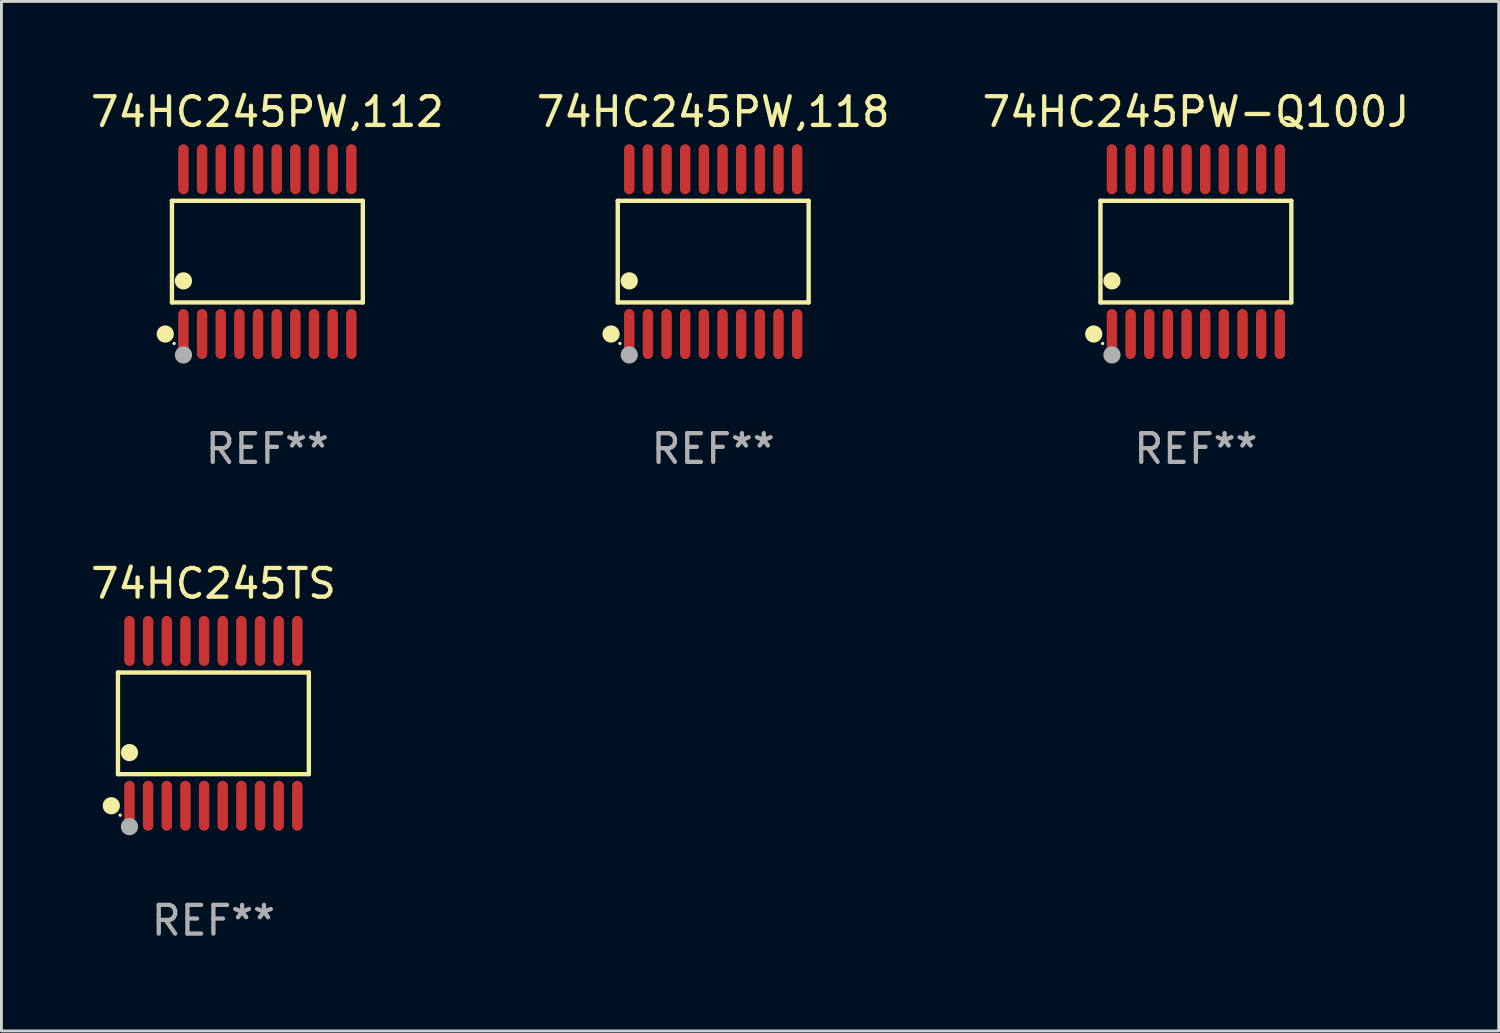
<source format=kicad_pcb>
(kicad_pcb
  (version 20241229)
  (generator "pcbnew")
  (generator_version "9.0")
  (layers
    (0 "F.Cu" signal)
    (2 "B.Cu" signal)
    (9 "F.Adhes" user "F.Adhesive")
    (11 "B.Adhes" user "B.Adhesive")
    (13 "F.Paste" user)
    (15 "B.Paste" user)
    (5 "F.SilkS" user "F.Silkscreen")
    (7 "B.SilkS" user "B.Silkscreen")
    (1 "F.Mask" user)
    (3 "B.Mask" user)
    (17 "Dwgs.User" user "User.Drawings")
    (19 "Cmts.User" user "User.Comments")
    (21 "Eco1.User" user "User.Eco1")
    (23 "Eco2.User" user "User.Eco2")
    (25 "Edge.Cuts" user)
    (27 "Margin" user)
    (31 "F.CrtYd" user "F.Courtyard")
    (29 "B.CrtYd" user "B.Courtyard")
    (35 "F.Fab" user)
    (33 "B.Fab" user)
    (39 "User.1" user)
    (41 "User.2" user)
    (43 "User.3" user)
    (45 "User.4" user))
  (footprint "74HC245PW,118"
    (layer "F.Cu")
    (at 21.804 5.719)
    (property "Reference" "74HC245PW,118" (at 0 -4.871 0) (layer "F.SilkS") (effects (font (size 1 1) (thickness 0.15))))
    (attr through_hole)
    (fp_line (start -3.326 -1.771) (end 3.326 -1.771) (stroke (width 0.152) (type solid)) (layer "F.SilkS"))
    (fp_line (start -3.326 1.771) (end -3.326 -1.771) (stroke (width 0.152) (type solid)) (layer "F.SilkS"))
    (fp_line (start 3.326 -1.771) (end 3.326 1.771) (stroke (width 0.152) (type solid)) (layer "F.SilkS"))
    (fp_line (start 3.326 1.771) (end -3.326 1.771) (stroke (width 0.152) (type solid)) (layer "F.SilkS"))
    (fp_circle (center -3.559 2.871) (end -3.409 2.871) (stroke (width 0.3) (type solid)) (fill no) (layer "F.SilkS"))
    (fp_circle (center -3.25 3.2) (end -3.22 3.2) (stroke (width 0.06) (type solid)) (fill no) (layer "F.SilkS"))
    (fp_circle (center -2.925 1.019) (end -2.775 1.019) (stroke (width 0.3) (type solid)) (fill no) (layer "F.SilkS"))
    (fp_circle (center -2.925 3.6) (end -2.775 3.6) (stroke (width 0.3) (type solid)) (fill no) (layer "F.Fab"))
    (fp_text user "REF**" (at 0 6.871 0) (layer "F.Fab") (effects (font (size 1 1) (thickness 0.15))))
    (pad "1" smd oval (at -2.925 2.871) (size 0.364 1.742) (layers "F.Cu" "F.Mask" "F.Paste"))
    (pad "2" smd oval (at -2.275 2.871) (size 0.364 1.742) (layers "F.Cu" "F.Mask" "F.Paste"))
    (pad "3" smd oval (at -1.625 2.871) (size 0.364 1.742) (layers "F.Cu" "F.Mask" "F.Paste"))
    (pad "4" smd oval (at -0.975 2.871) (size 0.364 1.742) (layers "F.Cu" "F.Mask" "F.Paste"))
    (pad "5" smd oval (at -0.325 2.871) (size 0.364 1.742) (layers "F.Cu" "F.Mask" "F.Paste"))
    (pad "6" smd oval (at 0.325 2.871) (size 0.364 1.742) (layers "F.Cu" "F.Mask" "F.Paste"))
    (pad "7" smd oval (at 0.975 2.871) (size 0.364 1.742) (layers "F.Cu" "F.Mask" "F.Paste"))
    (pad "8" smd oval (at 1.625 2.871) (size 0.364 1.742) (layers "F.Cu" "F.Mask" "F.Paste"))
    (pad "9" smd oval (at 2.275 2.871) (size 0.364 1.742) (layers "F.Cu" "F.Mask" "F.Paste"))
    (pad "10" smd oval (at 2.925 2.871) (size 0.364 1.742) (layers "F.Cu" "F.Mask" "F.Paste"))
    (pad "11" smd oval (at 2.925 -2.871) (size 0.364 1.742) (layers "F.Cu" "F.Mask" "F.Paste"))
    (pad "12" smd oval (at 2.275 -2.871) (size 0.364 1.742) (layers "F.Cu" "F.Mask" "F.Paste"))
    (pad "13" smd oval (at 1.625 -2.871) (size 0.364 1.742) (layers "F.Cu" "F.Mask" "F.Paste"))
    (pad "14" smd oval (at 0.975 -2.871) (size 0.364 1.742) (layers "F.Cu" "F.Mask" "F.Paste"))
    (pad "15" smd oval (at 0.325 -2.871) (size 0.364 1.742) (layers "F.Cu" "F.Mask" "F.Paste"))
    (pad "16" smd oval (at -0.325 -2.871) (size 0.364 1.742) (layers "F.Cu" "F.Mask" "F.Paste"))
    (pad "17" smd oval (at -0.975 -2.871) (size 0.364 1.742) (layers "F.Cu" "F.Mask" "F.Paste"))
    (pad "18" smd oval (at -1.625 -2.871) (size 0.364 1.742) (layers "F.Cu" "F.Mask" "F.Paste"))
    (pad "19" smd oval (at -2.275 -2.871) (size 0.364 1.742) (layers "F.Cu" "F.Mask" "F.Paste"))
    (pad "20" smd oval (at -2.925 -2.871) (size 0.364 1.742) (layers "F.Cu" "F.Mask" "F.Paste")))
  (footprint "74HC245PW-Q100J"
    (layer "F.Cu")
    (at 38.625 5.719)
    (property "Reference" "74HC245PW-Q100J" (at 0 -4.871 0) (layer "F.SilkS") (effects (font (size 1 1) (thickness 0.15))))
    (attr through_hole)
    (fp_line (start -3.326 -1.771) (end 3.326 -1.771) (stroke (width 0.152) (type solid)) (layer "F.SilkS"))
    (fp_line (start -3.326 1.771) (end -3.326 -1.771) (stroke (width 0.152) (type solid)) (layer "F.SilkS"))
    (fp_line (start 3.326 -1.771) (end 3.326 1.771) (stroke (width 0.152) (type solid)) (layer "F.SilkS"))
    (fp_line (start 3.326 1.771) (end -3.326 1.771) (stroke (width 0.152) (type solid)) (layer "F.SilkS"))
    (fp_circle (center -3.559 2.871) (end -3.409 2.871) (stroke (width 0.3) (type solid)) (fill no) (layer "F.SilkS"))
    (fp_circle (center -3.25 3.2) (end -3.22 3.2) (stroke (width 0.06) (type solid)) (fill no) (layer "F.SilkS"))
    (fp_circle (center -2.925 1.019) (end -2.775 1.019) (stroke (width 0.3) (type solid)) (fill no) (layer "F.SilkS"))
    (fp_circle (center -2.925 3.6) (end -2.775 3.6) (stroke (width 0.3) (type solid)) (fill no) (layer "F.Fab"))
    (fp_text user "REF**" (at 0 6.871 0) (layer "F.Fab") (effects (font (size 1 1) (thickness 0.15))))
    (pad "1" smd oval (at -2.925 2.871) (size 0.364 1.742) (layers "F.Cu" "F.Mask" "F.Paste"))
    (pad "2" smd oval (at -2.275 2.871) (size 0.364 1.742) (layers "F.Cu" "F.Mask" "F.Paste"))
    (pad "3" smd oval (at -1.625 2.871) (size 0.364 1.742) (layers "F.Cu" "F.Mask" "F.Paste"))
    (pad "4" smd oval (at -0.975 2.871) (size 0.364 1.742) (layers "F.Cu" "F.Mask" "F.Paste"))
    (pad "5" smd oval (at -0.325 2.871) (size 0.364 1.742) (layers "F.Cu" "F.Mask" "F.Paste"))
    (pad "6" smd oval (at 0.325 2.871) (size 0.364 1.742) (layers "F.Cu" "F.Mask" "F.Paste"))
    (pad "7" smd oval (at 0.975 2.871) (size 0.364 1.742) (layers "F.Cu" "F.Mask" "F.Paste"))
    (pad "8" smd oval (at 1.625 2.871) (size 0.364 1.742) (layers "F.Cu" "F.Mask" "F.Paste"))
    (pad "9" smd oval (at 2.275 2.871) (size 0.364 1.742) (layers "F.Cu" "F.Mask" "F.Paste"))
    (pad "10" smd oval (at 2.925 2.871) (size 0.364 1.742) (layers "F.Cu" "F.Mask" "F.Paste"))
    (pad "11" smd oval (at 2.925 -2.871) (size 0.364 1.742) (layers "F.Cu" "F.Mask" "F.Paste"))
    (pad "12" smd oval (at 2.275 -2.871) (size 0.364 1.742) (layers "F.Cu" "F.Mask" "F.Paste"))
    (pad "13" smd oval (at 1.625 -2.871) (size 0.364 1.742) (layers "F.Cu" "F.Mask" "F.Paste"))
    (pad "14" smd oval (at 0.975 -2.871) (size 0.364 1.742) (layers "F.Cu" "F.Mask" "F.Paste"))
    (pad "15" smd oval (at 0.325 -2.871) (size 0.364 1.742) (layers "F.Cu" "F.Mask" "F.Paste"))
    (pad "16" smd oval (at -0.325 -2.871) (size 0.364 1.742) (layers "F.Cu" "F.Mask" "F.Paste"))
    (pad "17" smd oval (at -0.975 -2.871) (size 0.364 1.742) (layers "F.Cu" "F.Mask" "F.Paste"))
    (pad "18" smd oval (at -1.625 -2.871) (size 0.364 1.742) (layers "F.Cu" "F.Mask" "F.Paste"))
    (pad "19" smd oval (at -2.275 -2.871) (size 0.364 1.742) (layers "F.Cu" "F.Mask" "F.Paste"))
    (pad "20" smd oval (at -2.925 -2.871) (size 0.364 1.742) (layers "F.Cu" "F.Mask" "F.Paste")))
  (footprint "74HC245TS"
    (layer "F.Cu")
    (at 4.387 22.158)
    (property "Reference" "74HC245TS" (at 0 -4.871 0) (layer "F.SilkS") (effects (font (size 1 1) (thickness 0.15))))
    (attr through_hole)
    (fp_line (start -3.326 -1.771) (end 3.326 -1.771) (stroke (width 0.152) (type solid)) (layer "F.SilkS"))
    (fp_line (start -3.326 1.771) (end -3.326 -1.771) (stroke (width 0.152) (type solid)) (layer "F.SilkS"))
    (fp_line (start 3.326 -1.771) (end 3.326 1.771) (stroke (width 0.152) (type solid)) (layer "F.SilkS"))
    (fp_line (start 3.326 1.771) (end -3.326 1.771) (stroke (width 0.152) (type solid)) (layer "F.SilkS"))
    (fp_circle (center -3.559 2.871) (end -3.409 2.871) (stroke (width 0.3) (type solid)) (fill no) (layer "F.SilkS"))
    (fp_circle (center -3.25 3.2) (end -3.22 3.2) (stroke (width 0.06) (type solid)) (fill no) (layer "F.SilkS"))
    (fp_circle (center -2.925 1.019) (end -2.775 1.019) (stroke (width 0.3) (type solid)) (fill no) (layer "F.SilkS"))
    (fp_circle (center -2.925 3.6) (end -2.775 3.6) (stroke (width 0.3) (type solid)) (fill no) (layer "F.Fab"))
    (fp_text user "REF**" (at 0 6.871 0) (layer "F.Fab") (effects (font (size 1 1) (thickness 0.15))))
    (pad "1" smd oval (at -2.925 2.871) (size 0.364 1.742) (layers "F.Cu" "F.Mask" "F.Paste"))
    (pad "2" smd oval (at -2.275 2.871) (size 0.364 1.742) (layers "F.Cu" "F.Mask" "F.Paste"))
    (pad "3" smd oval (at -1.625 2.871) (size 0.364 1.742) (layers "F.Cu" "F.Mask" "F.Paste"))
    (pad "4" smd oval (at -0.975 2.871) (size 0.364 1.742) (layers "F.Cu" "F.Mask" "F.Paste"))
    (pad "5" smd oval (at -0.325 2.871) (size 0.364 1.742) (layers "F.Cu" "F.Mask" "F.Paste"))
    (pad "6" smd oval (at 0.325 2.871) (size 0.364 1.742) (layers "F.Cu" "F.Mask" "F.Paste"))
    (pad "7" smd oval (at 0.975 2.871) (size 0.364 1.742) (layers "F.Cu" "F.Mask" "F.Paste"))
    (pad "8" smd oval (at 1.625 2.871) (size 0.364 1.742) (layers "F.Cu" "F.Mask" "F.Paste"))
    (pad "9" smd oval (at 2.275 2.871) (size 0.364 1.742) (layers "F.Cu" "F.Mask" "F.Paste"))
    (pad "10" smd oval (at 2.925 2.871) (size 0.364 1.742) (layers "F.Cu" "F.Mask" "F.Paste"))
    (pad "11" smd oval (at 2.925 -2.871) (size 0.364 1.742) (layers "F.Cu" "F.Mask" "F.Paste"))
    (pad "12" smd oval (at 2.275 -2.871) (size 0.364 1.742) (layers "F.Cu" "F.Mask" "F.Paste"))
    (pad "13" smd oval (at 1.625 -2.871) (size 0.364 1.742) (layers "F.Cu" "F.Mask" "F.Paste"))
    (pad "14" smd oval (at 0.975 -2.871) (size 0.364 1.742) (layers "F.Cu" "F.Mask" "F.Paste"))
    (pad "15" smd oval (at 0.325 -2.871) (size 0.364 1.742) (layers "F.Cu" "F.Mask" "F.Paste"))
    (pad "16" smd oval (at -0.325 -2.871) (size 0.364 1.742) (layers "F.Cu" "F.Mask" "F.Paste"))
    (pad "17" smd oval (at -0.975 -2.871) (size 0.364 1.742) (layers "F.Cu" "F.Mask" "F.Paste"))
    (pad "18" smd oval (at -1.625 -2.871) (size 0.364 1.742) (layers "F.Cu" "F.Mask" "F.Paste"))
    (pad "19" smd oval (at -2.275 -2.871) (size 0.364 1.742) (layers "F.Cu" "F.Mask" "F.Paste"))
    (pad "20" smd oval (at -2.925 -2.871) (size 0.364 1.742) (layers "F.Cu" "F.Mask" "F.Paste")))
  (footprint "74HC245PW,112"
    (layer "F.Cu")
    (at 6.268 5.719)
    (property "Reference" "74HC245PW,112" (at 0 -4.871 0) (layer "F.SilkS") (effects (font (size 1 1) (thickness 0.15))))
    (attr through_hole)
    (fp_line (start -3.326 -1.771) (end 3.326 -1.771) (stroke (width 0.152) (type solid)) (layer "F.SilkS"))
    (fp_line (start -3.326 1.771) (end -3.326 -1.771) (stroke (width 0.152) (type solid)) (layer "F.SilkS"))
    (fp_line (start 3.326 -1.771) (end 3.326 1.771) (stroke (width 0.152) (type solid)) (layer "F.SilkS"))
    (fp_line (start 3.326 1.771) (end -3.326 1.771) (stroke (width 0.152) (type solid)) (layer "F.SilkS"))
    (fp_circle (center -3.559 2.871) (end -3.409 2.871) (stroke (width 0.3) (type solid)) (fill no) (layer "F.SilkS"))
    (fp_circle (center -3.25 3.2) (end -3.22 3.2) (stroke (width 0.06) (type solid)) (fill no) (layer "F.SilkS"))
    (fp_circle (center -2.925 1.019) (end -2.775 1.019) (stroke (width 0.3) (type solid)) (fill no) (layer "F.SilkS"))
    (fp_circle (center -2.925 3.6) (end -2.775 3.6) (stroke (width 0.3) (type solid)) (fill no) (layer "F.Fab"))
    (fp_text user "REF**" (at 0 6.871 0) (layer "F.Fab") (effects (font (size 1 1) (thickness 0.15))))
    (pad "1" smd oval (at -2.925 2.871) (size 0.364 1.742) (layers "F.Cu" "F.Mask" "F.Paste"))
    (pad "2" smd oval (at -2.275 2.871) (size 0.364 1.742) (layers "F.Cu" "F.Mask" "F.Paste"))
    (pad "3" smd oval (at -1.625 2.871) (size 0.364 1.742) (layers "F.Cu" "F.Mask" "F.Paste"))
    (pad "4" smd oval (at -0.975 2.871) (size 0.364 1.742) (layers "F.Cu" "F.Mask" "F.Paste"))
    (pad "5" smd oval (at -0.325 2.871) (size 0.364 1.742) (layers "F.Cu" "F.Mask" "F.Paste"))
    (pad "6" smd oval (at 0.325 2.871) (size 0.364 1.742) (layers "F.Cu" "F.Mask" "F.Paste"))
    (pad "7" smd oval (at 0.975 2.871) (size 0.364 1.742) (layers "F.Cu" "F.Mask" "F.Paste"))
    (pad "8" smd oval (at 1.625 2.871) (size 0.364 1.742) (layers "F.Cu" "F.Mask" "F.Paste"))
    (pad "9" smd oval (at 2.275 2.871) (size 0.364 1.742) (layers "F.Cu" "F.Mask" "F.Paste"))
    (pad "10" smd oval (at 2.925 2.871) (size 0.364 1.742) (layers "F.Cu" "F.Mask" "F.Paste"))
    (pad "11" smd oval (at 2.925 -2.871) (size 0.364 1.742) (layers "F.Cu" "F.Mask" "F.Paste"))
    (pad "12" smd oval (at 2.275 -2.871) (size 0.364 1.742) (layers "F.Cu" "F.Mask" "F.Paste"))
    (pad "13" smd oval (at 1.625 -2.871) (size 0.364 1.742) (layers "F.Cu" "F.Mask" "F.Paste"))
    (pad "14" smd oval (at 0.975 -2.871) (size 0.364 1.742) (layers "F.Cu" "F.Mask" "F.Paste"))
    (pad "15" smd oval (at 0.325 -2.871) (size 0.364 1.742) (layers "F.Cu" "F.Mask" "F.Paste"))
    (pad "16" smd oval (at -0.325 -2.871) (size 0.364 1.742) (layers "F.Cu" "F.Mask" "F.Paste"))
    (pad "17" smd oval (at -0.975 -2.871) (size 0.364 1.742) (layers "F.Cu" "F.Mask" "F.Paste"))
    (pad "18" smd oval (at -1.625 -2.871) (size 0.364 1.742) (layers "F.Cu" "F.Mask" "F.Paste"))
    (pad "19" smd oval (at -2.275 -2.871) (size 0.364 1.742) (layers "F.Cu" "F.Mask" "F.Paste"))
    (pad "20" smd oval (at -2.925 -2.871) (size 0.364 1.742) (layers "F.Cu" "F.Mask" "F.Paste")))
  (gr_rect
    (start -3 -3)
    (end 49.179 32.877)
    (stroke (width 0.1) (type default))
    (fill no)
    (layer "Edge.Cuts")))
</source>
